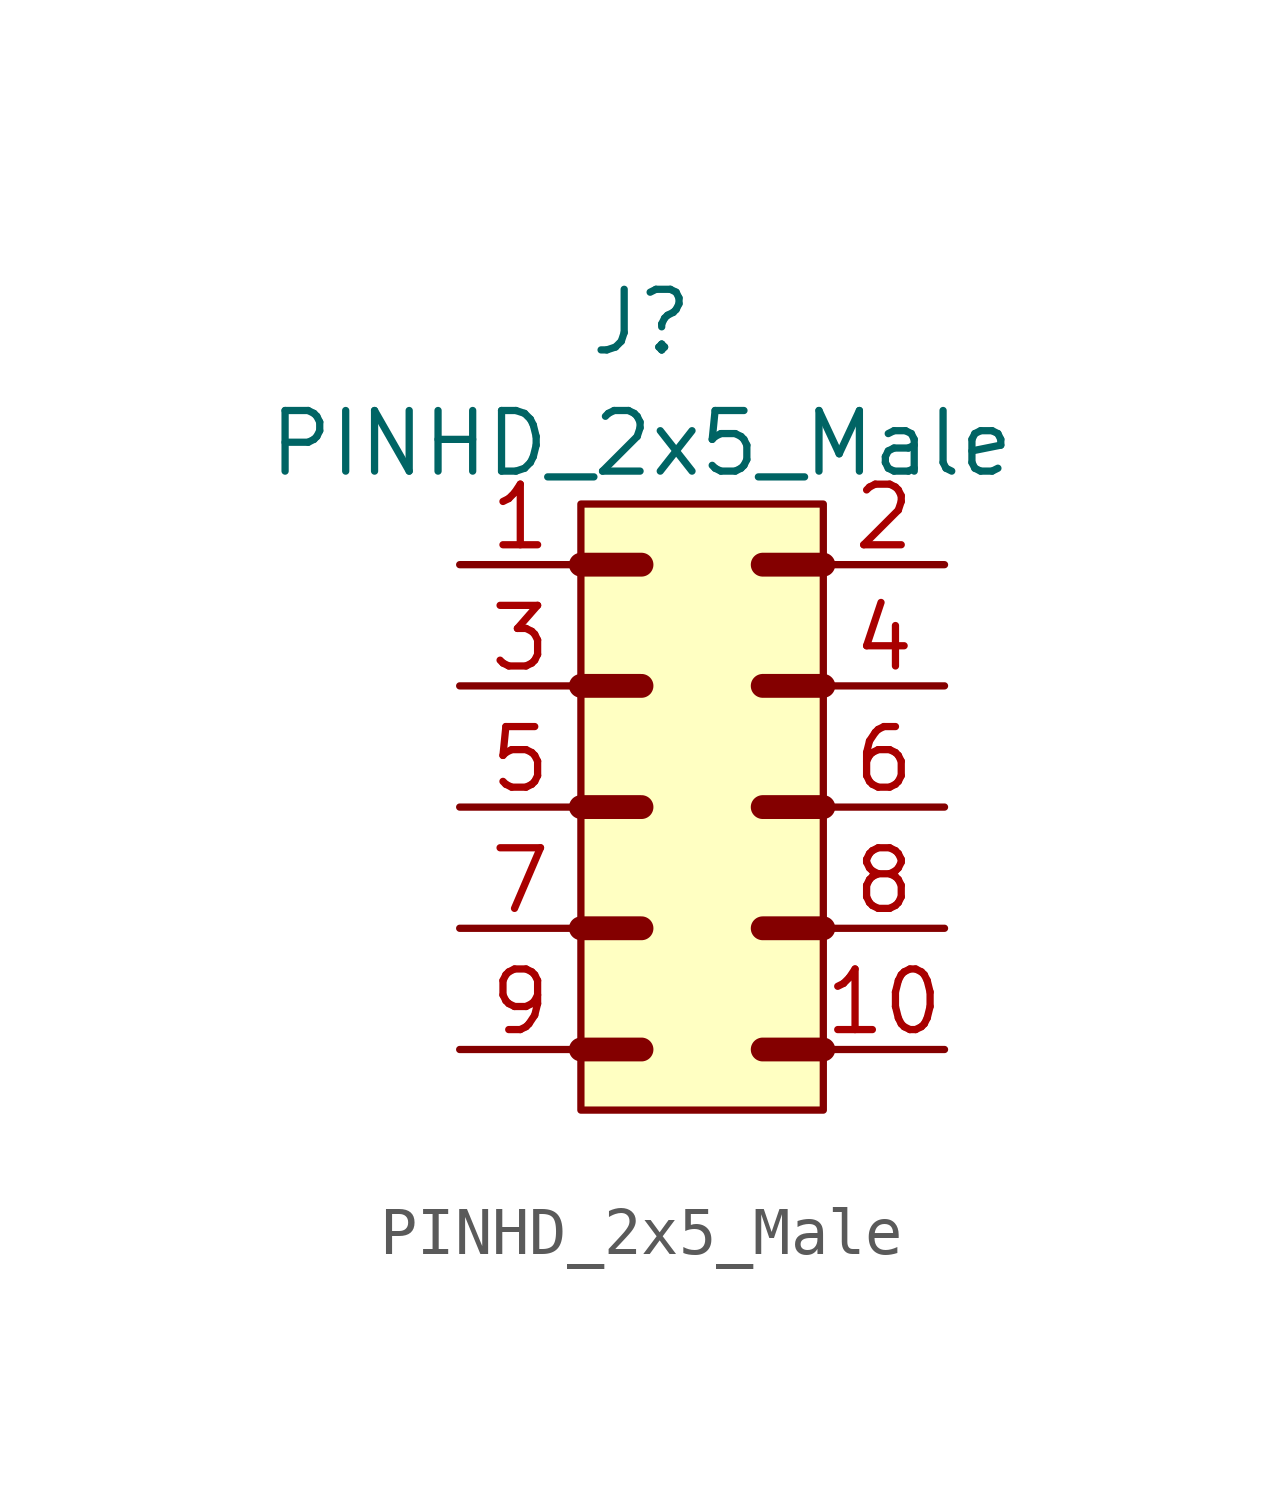
<source format=kicad_sym>
(kicad_symbol_lib
  (version 20211014)
  (generator kicad_symbol_editor)
  (symbol "PINHD_2x5_Male"
    (property "Reference" "J"
      (at -1.27 10.16 0)
      (effects (font (size 1.27 1.27))))
    (property "Value" "PINHD_2x5_Male"
      (at -1.27 7.62 0)
      (effects (font (size 1.27 1.27))))
    (symbol "PINHD_2x5_Male_0_1"
      (rectangle (start -2.54 6.35) (end 2.54 -6.35) (stroke (width 0) (type default) (color 0 0 0 0)) (fill (type background)))
      (polyline (pts (xy -2.54 -5.08) (xy -1.27 -5.08)) (stroke (width 0.5) (type default) (color 0 0 0 0)) (fill (type none)))
      (polyline (pts (xy -2.54 -2.54) (xy -1.27 -2.54)) (stroke (width 0.5) (type default) (color 0 0 0 0)) (fill (type none)))
      (polyline (pts (xy -2.54 0) (xy -1.27 0)) (stroke (width 0.5) (type default) (color 0 0 0 0)) (fill (type none)))
      (polyline (pts (xy -2.54 2.54) (xy -1.27 2.54)) (stroke (width 0.3) (type default) (color 0 0 0 0)) (fill (type none)))
      (polyline (pts (xy -2.54 2.54) (xy -1.27 2.54)) (stroke (width 0.5) (type default) (color 0 0 0 0)) (fill (type none)))
      (polyline (pts (xy -2.54 5.08) (xy -1.27 5.08)) (stroke (width 0.5) (type default) (color 0 0 0 0)) (fill (type none)))
      (polyline (pts (xy 1.27 -5.08) (xy 2.54 -5.08)) (stroke (width 0.5) (type default) (color 0 0 0 0)) (fill (type none)))
      (polyline (pts (xy 1.27 -2.54) (xy 2.54 -2.54)) (stroke (width 0.5) (type default) (color 0 0 0 0)) (fill (type none)))
      (polyline (pts (xy 1.27 0) (xy 2.54 0)) (stroke (width 0.5) (type default) (color 0 0 0 0)) (fill (type none)))
      (polyline (pts (xy 1.27 2.54) (xy 2.54 2.54)) (stroke (width 0.5) (type default) (color 0 0 0 0)) (fill (type none)))
      (polyline (pts (xy 1.27 5.08) (xy 2.54 5.08)) (stroke (width 0.5) (type default) (color 0 0 0 0)) (fill (type none))))
    (symbol "PINHD_2x5_Male_1_1"
      (pin passive line (at -5.08 5.08 0) (length 2.54) (name "" (effects (font (size 1.27 1.27)))) (number "1" (effects (font (size 1.27 1.27)))))
      (pin passive line (at 5.08 -5.08 180) (length 2.54) (name "" (effects (font (size 1.27 1.27)))) (number "10" (effects (font (size 1.27 1.27)))))
      (pin passive line (at 5.08 5.08 180) (length 2.54) (name "" (effects (font (size 1.27 1.27)))) (number "2" (effects (font (size 1.27 1.27)))))
      (pin passive line (at -5.08 2.54 0) (length 2.54) (name "" (effects (font (size 1.27 1.27)))) (number "3" (effects (font (size 1.27 1.27)))))
      (pin passive line (at 5.08 2.54 180) (length 2.54) (name "" (effects (font (size 1.27 1.27)))) (number "4" (effects (font (size 1.27 1.27)))))
      (pin passive line (at -5.08 0 0) (length 2.54) (name "" (effects (font (size 1.27 1.27)))) (number "5" (effects (font (size 1.27 1.27)))))
      (pin passive line (at 5.08 0 180) (length 2.54) (name "" (effects (font (size 1.27 1.27)))) (number "6" (effects (font (size 1.27 1.27)))))
      (pin passive line (at -5.08 -2.54 0) (length 2.54) (name "" (effects (font (size 1.27 1.27)))) (number "7" (effects (font (size 1.27 1.27)))))
      (pin passive line (at 5.08 -2.54 180) (length 2.54) (name "" (effects (font (size 1.27 1.27)))) (number "8" (effects (font (size 1.27 1.27)))))
      (pin passive line (at -5.08 -5.08 0) (length 2.54) (name "" (effects (font (size 1.27 1.27)))) (number "9" (effects (font (size 1.27 1.27))))))))
</source>
